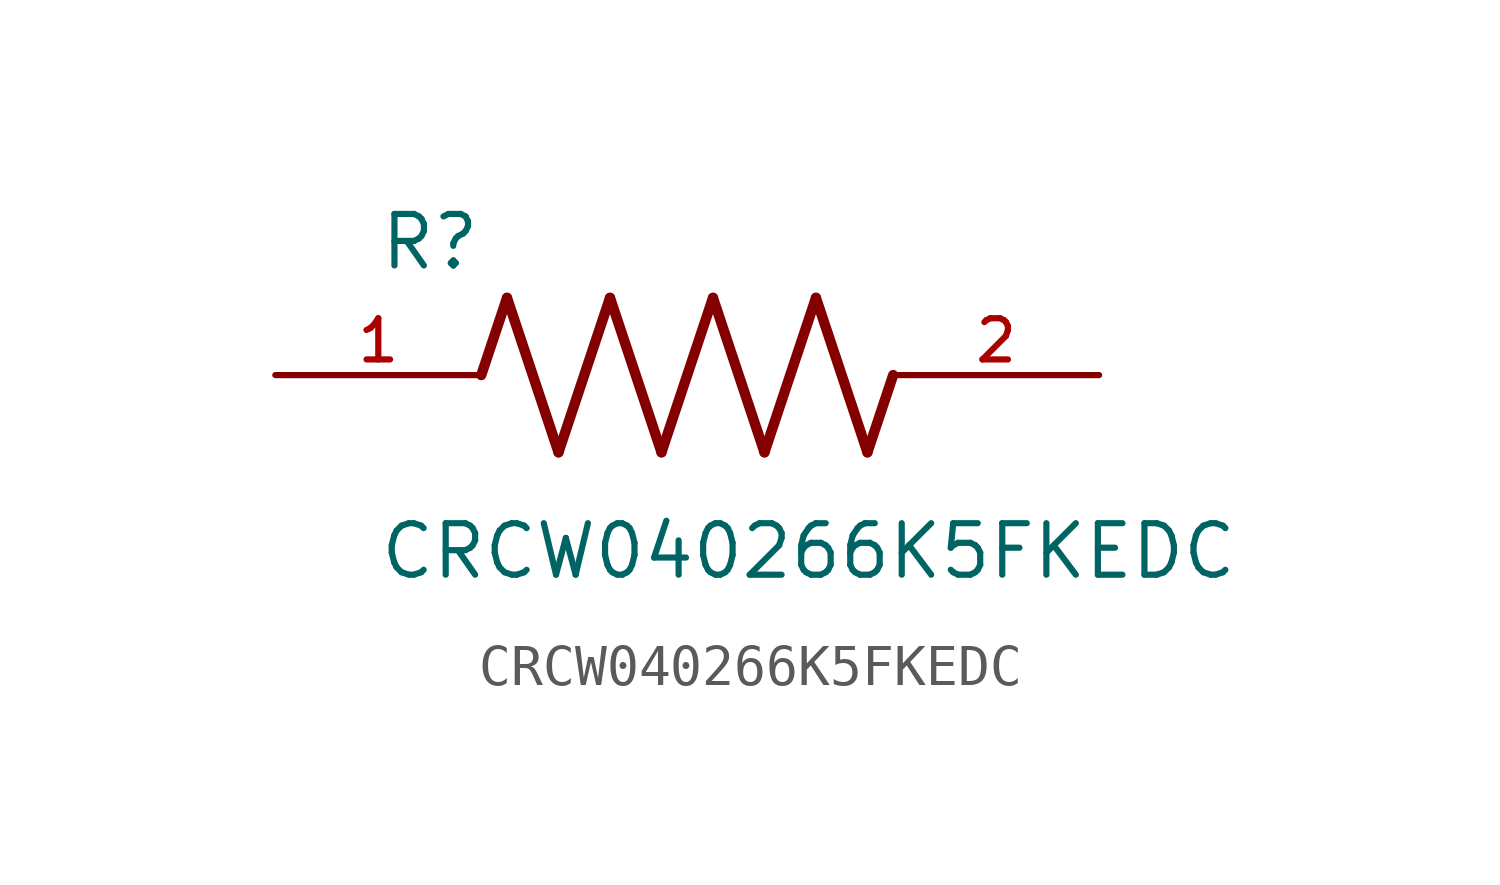
<source format=kicad_sym>
(kicad_symbol_lib
  (version 20211014)
  (generator kicad_symbol_editor)
  (symbol "CRCW040266K5FKEDC"
    (pin_names
      (offset 1.016))
    (property "Reference" "R"
      (at -7.624 2.541 0)
      (effects (font (size 1.27 1.27)) (justify bottom left)))
    (property "Value" "CRCW040266K5FKEDC"
      (at -7.63 -5.087 0)
      (effects (font (size 1.27 1.27)) (justify bottom left)))
    (symbol "CRCW040266K5FKEDC_0_0"
      (polyline (pts (xy -5.08 0.0) (xy -4.445 1.905)) (stroke (width 0.254)))
      (polyline (pts (xy -4.445 1.905) (xy -3.175 -1.905)) (stroke (width 0.254)))
      (polyline (pts (xy -3.175 -1.905) (xy -1.905 1.905)) (stroke (width 0.254)))
      (polyline (pts (xy -1.905 1.905) (xy -0.635 -1.905)) (stroke (width 0.254)))
      (polyline (pts (xy -0.635 -1.905) (xy 0.635 1.905)) (stroke (width 0.254)))
      (polyline (pts (xy 0.635 1.905) (xy 1.905 -1.905)) (stroke (width 0.254)))
      (polyline (pts (xy 1.905 -1.905) (xy 3.175 1.905)) (stroke (width 0.254)))
      (polyline (pts (xy 3.175 1.905) (xy 4.445 -1.905)) (stroke (width 0.254)))
      (polyline (pts (xy 4.445 -1.905) (xy 5.08 0.0)) (stroke (width 0.254)))
      (pin passive line (at -10.16 0.0 0) (length 5.08) (name "~" (effects (font (size 1.016 1.016)))) (number "1" (effects (font (size 1.016 1.016)))))
      (pin passive line (at 10.16 0.0 180.0) (length 5.08) (name "~" (effects (font (size 1.016 1.016)))) (number "2" (effects (font (size 1.016 1.016))))))))
</source>
